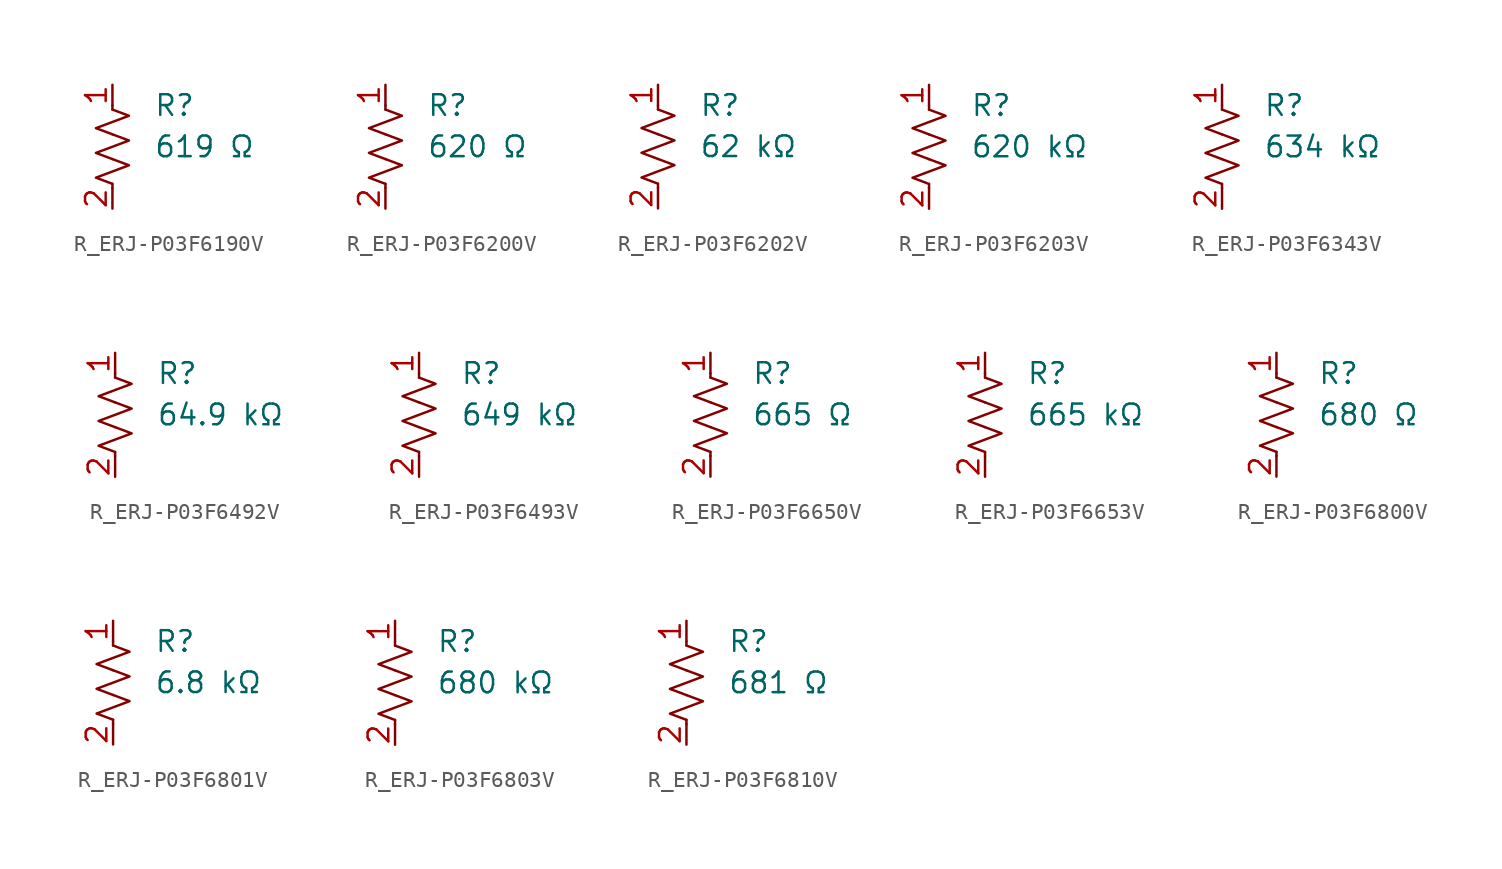
<source format=kicad_sym>
(kicad_symbol_lib
  (version 20231120)
  (generator "kicad_symbol_editor")
  (generator_version "8.0")
  (symbol "R_ERJ-P03F6190V"
    (pin_names
      (offset 0.254))
    (property "Value" "619 Ω"
      (at 2.54 0 0)
      (effects (font (size 1.27 1.27)) (justify left)))
    (property "Reference" "R"
      (at 2.54 2.54 0)
      (effects (font (size 1.27 1.27)) (justify left)))
    (symbol "R_ERJ-P03F6190V_0_1"
      (polyline (pts (xy 0 -2.286) (xy 0 -2.54)) (stroke (width 0) (type default)) (fill (type none)))
      (polyline (pts (xy 0 2.286) (xy 0 2.54)) (stroke (width 0) (type default)) (fill (type none)))
      (polyline (pts (xy 0 -0.762) (xy 1.016 -1.143) (xy 0 -1.524) (xy -1.016 -1.905) (xy 0 -2.286)) (stroke (width 0) (type default)) (fill (type none)))
      (polyline (pts (xy 0 0.762) (xy 1.016 0.381) (xy 0 0) (xy -1.016 -0.381) (xy 0 -0.762)) (stroke (width 0) (type default)) (fill (type none)))
      (polyline (pts (xy 0 2.286) (xy 1.016 1.905) (xy 0 1.524) (xy -1.016 1.143) (xy 0 0.762)) (stroke (width 0) (type default)) (fill (type none))))
    (symbol "R_ERJ-P03F6190V_1_1"
      (pin passive line (at 0 3.81 270) (length 1.27) (name "~" (effects (font (size 1.27 1.27)))) (number "1" (effects (font (size 1.27 1.27)))))
      (pin passive line (at 0 -3.81 90) (length 1.27) (name "~" (effects (font (size 1.27 1.27)))) (number "2" (effects (font (size 1.27 1.27)))))))
  (symbol "R_ERJ-P03F6200V"
    (pin_names
      (offset 0.254))
    (property "Value" "620 Ω"
      (at 2.54 0 0)
      (effects (font (size 1.27 1.27)) (justify left)))
    (property "Reference" "R"
      (at 2.54 2.54 0)
      (effects (font (size 1.27 1.27)) (justify left)))
    (symbol "R_ERJ-P03F6200V_0_1"
      (polyline (pts (xy 0 -2.286) (xy 0 -2.54)) (stroke (width 0) (type default)) (fill (type none)))
      (polyline (pts (xy 0 2.286) (xy 0 2.54)) (stroke (width 0) (type default)) (fill (type none)))
      (polyline (pts (xy 0 -0.762) (xy 1.016 -1.143) (xy 0 -1.524) (xy -1.016 -1.905) (xy 0 -2.286)) (stroke (width 0) (type default)) (fill (type none)))
      (polyline (pts (xy 0 0.762) (xy 1.016 0.381) (xy 0 0) (xy -1.016 -0.381) (xy 0 -0.762)) (stroke (width 0) (type default)) (fill (type none)))
      (polyline (pts (xy 0 2.286) (xy 1.016 1.905) (xy 0 1.524) (xy -1.016 1.143) (xy 0 0.762)) (stroke (width 0) (type default)) (fill (type none))))
    (symbol "R_ERJ-P03F6200V_1_1"
      (pin passive line (at 0 3.81 270) (length 1.27) (name "~" (effects (font (size 1.27 1.27)))) (number "1" (effects (font (size 1.27 1.27)))))
      (pin passive line (at 0 -3.81 90) (length 1.27) (name "~" (effects (font (size 1.27 1.27)))) (number "2" (effects (font (size 1.27 1.27)))))))
  (symbol "R_ERJ-P03F6202V"
    (pin_names
      (offset 0.254))
    (property "Value" "62 kΩ"
      (at 2.54 0 0)
      (effects (font (size 1.27 1.27)) (justify left)))
    (property "Reference" "R"
      (at 2.54 2.54 0)
      (effects (font (size 1.27 1.27)) (justify left)))
    (symbol "R_ERJ-P03F6202V_0_1"
      (polyline (pts (xy 0 -2.286) (xy 0 -2.54)) (stroke (width 0) (type default)) (fill (type none)))
      (polyline (pts (xy 0 2.286) (xy 0 2.54)) (stroke (width 0) (type default)) (fill (type none)))
      (polyline (pts (xy 0 -0.762) (xy 1.016 -1.143) (xy 0 -1.524) (xy -1.016 -1.905) (xy 0 -2.286)) (stroke (width 0) (type default)) (fill (type none)))
      (polyline (pts (xy 0 0.762) (xy 1.016 0.381) (xy 0 0) (xy -1.016 -0.381) (xy 0 -0.762)) (stroke (width 0) (type default)) (fill (type none)))
      (polyline (pts (xy 0 2.286) (xy 1.016 1.905) (xy 0 1.524) (xy -1.016 1.143) (xy 0 0.762)) (stroke (width 0) (type default)) (fill (type none))))
    (symbol "R_ERJ-P03F6202V_1_1"
      (pin passive line (at 0 3.81 270) (length 1.27) (name "~" (effects (font (size 1.27 1.27)))) (number "1" (effects (font (size 1.27 1.27)))))
      (pin passive line (at 0 -3.81 90) (length 1.27) (name "~" (effects (font (size 1.27 1.27)))) (number "2" (effects (font (size 1.27 1.27)))))))
  (symbol "R_ERJ-P03F6203V"
    (pin_names
      (offset 0.254))
    (property "Value" "620 kΩ"
      (at 2.54 0 0)
      (effects (font (size 1.27 1.27)) (justify left)))
    (property "Reference" "R"
      (at 2.54 2.54 0)
      (effects (font (size 1.27 1.27)) (justify left)))
    (symbol "R_ERJ-P03F6203V_0_1"
      (polyline (pts (xy 0 -2.286) (xy 0 -2.54)) (stroke (width 0) (type default)) (fill (type none)))
      (polyline (pts (xy 0 2.286) (xy 0 2.54)) (stroke (width 0) (type default)) (fill (type none)))
      (polyline (pts (xy 0 -0.762) (xy 1.016 -1.143) (xy 0 -1.524) (xy -1.016 -1.905) (xy 0 -2.286)) (stroke (width 0) (type default)) (fill (type none)))
      (polyline (pts (xy 0 0.762) (xy 1.016 0.381) (xy 0 0) (xy -1.016 -0.381) (xy 0 -0.762)) (stroke (width 0) (type default)) (fill (type none)))
      (polyline (pts (xy 0 2.286) (xy 1.016 1.905) (xy 0 1.524) (xy -1.016 1.143) (xy 0 0.762)) (stroke (width 0) (type default)) (fill (type none))))
    (symbol "R_ERJ-P03F6203V_1_1"
      (pin passive line (at 0 3.81 270) (length 1.27) (name "~" (effects (font (size 1.27 1.27)))) (number "1" (effects (font (size 1.27 1.27)))))
      (pin passive line (at 0 -3.81 90) (length 1.27) (name "~" (effects (font (size 1.27 1.27)))) (number "2" (effects (font (size 1.27 1.27)))))))
  (symbol "R_ERJ-P03F6343V"
    (pin_names
      (offset 0.254))
    (property "Value" "634 kΩ"
      (at 2.54 0 0)
      (effects (font (size 1.27 1.27)) (justify left)))
    (property "Reference" "R"
      (at 2.54 2.54 0)
      (effects (font (size 1.27 1.27)) (justify left)))
    (symbol "R_ERJ-P03F6343V_0_1"
      (polyline (pts (xy 0 -2.286) (xy 0 -2.54)) (stroke (width 0) (type default)) (fill (type none)))
      (polyline (pts (xy 0 2.286) (xy 0 2.54)) (stroke (width 0) (type default)) (fill (type none)))
      (polyline (pts (xy 0 -0.762) (xy 1.016 -1.143) (xy 0 -1.524) (xy -1.016 -1.905) (xy 0 -2.286)) (stroke (width 0) (type default)) (fill (type none)))
      (polyline (pts (xy 0 0.762) (xy 1.016 0.381) (xy 0 0) (xy -1.016 -0.381) (xy 0 -0.762)) (stroke (width 0) (type default)) (fill (type none)))
      (polyline (pts (xy 0 2.286) (xy 1.016 1.905) (xy 0 1.524) (xy -1.016 1.143) (xy 0 0.762)) (stroke (width 0) (type default)) (fill (type none))))
    (symbol "R_ERJ-P03F6343V_1_1"
      (pin passive line (at 0 3.81 270) (length 1.27) (name "~" (effects (font (size 1.27 1.27)))) (number "1" (effects (font (size 1.27 1.27)))))
      (pin passive line (at 0 -3.81 90) (length 1.27) (name "~" (effects (font (size 1.27 1.27)))) (number "2" (effects (font (size 1.27 1.27)))))))
  (symbol "R_ERJ-P03F6492V"
    (pin_names
      (offset 0.254))
    (property "Value" "64.9 kΩ"
      (at 2.54 0 0)
      (effects (font (size 1.27 1.27)) (justify left)))
    (property "Reference" "R"
      (at 2.54 2.54 0)
      (effects (font (size 1.27 1.27)) (justify left)))
    (symbol "R_ERJ-P03F6492V_0_1"
      (polyline (pts (xy 0 -2.286) (xy 0 -2.54)) (stroke (width 0) (type default)) (fill (type none)))
      (polyline (pts (xy 0 2.286) (xy 0 2.54)) (stroke (width 0) (type default)) (fill (type none)))
      (polyline (pts (xy 0 -0.762) (xy 1.016 -1.143) (xy 0 -1.524) (xy -1.016 -1.905) (xy 0 -2.286)) (stroke (width 0) (type default)) (fill (type none)))
      (polyline (pts (xy 0 0.762) (xy 1.016 0.381) (xy 0 0) (xy -1.016 -0.381) (xy 0 -0.762)) (stroke (width 0) (type default)) (fill (type none)))
      (polyline (pts (xy 0 2.286) (xy 1.016 1.905) (xy 0 1.524) (xy -1.016 1.143) (xy 0 0.762)) (stroke (width 0) (type default)) (fill (type none))))
    (symbol "R_ERJ-P03F6492V_1_1"
      (pin passive line (at 0 3.81 270) (length 1.27) (name "~" (effects (font (size 1.27 1.27)))) (number "1" (effects (font (size 1.27 1.27)))))
      (pin passive line (at 0 -3.81 90) (length 1.27) (name "~" (effects (font (size 1.27 1.27)))) (number "2" (effects (font (size 1.27 1.27)))))))
  (symbol "R_ERJ-P03F6493V"
    (pin_names
      (offset 0.254))
    (property "Value" "649 kΩ"
      (at 2.54 0 0)
      (effects (font (size 1.27 1.27)) (justify left)))
    (property "Reference" "R"
      (at 2.54 2.54 0)
      (effects (font (size 1.27 1.27)) (justify left)))
    (symbol "R_ERJ-P03F6493V_0_1"
      (polyline (pts (xy 0 -2.286) (xy 0 -2.54)) (stroke (width 0) (type default)) (fill (type none)))
      (polyline (pts (xy 0 2.286) (xy 0 2.54)) (stroke (width 0) (type default)) (fill (type none)))
      (polyline (pts (xy 0 -0.762) (xy 1.016 -1.143) (xy 0 -1.524) (xy -1.016 -1.905) (xy 0 -2.286)) (stroke (width 0) (type default)) (fill (type none)))
      (polyline (pts (xy 0 0.762) (xy 1.016 0.381) (xy 0 0) (xy -1.016 -0.381) (xy 0 -0.762)) (stroke (width 0) (type default)) (fill (type none)))
      (polyline (pts (xy 0 2.286) (xy 1.016 1.905) (xy 0 1.524) (xy -1.016 1.143) (xy 0 0.762)) (stroke (width 0) (type default)) (fill (type none))))
    (symbol "R_ERJ-P03F6493V_1_1"
      (pin passive line (at 0 3.81 270) (length 1.27) (name "~" (effects (font (size 1.27 1.27)))) (number "1" (effects (font (size 1.27 1.27)))))
      (pin passive line (at 0 -3.81 90) (length 1.27) (name "~" (effects (font (size 1.27 1.27)))) (number "2" (effects (font (size 1.27 1.27)))))))
  (symbol "R_ERJ-P03F6650V"
    (pin_names
      (offset 0.254))
    (property "Value" "665 Ω"
      (at 2.54 0 0)
      (effects (font (size 1.27 1.27)) (justify left)))
    (property "Reference" "R"
      (at 2.54 2.54 0)
      (effects (font (size 1.27 1.27)) (justify left)))
    (symbol "R_ERJ-P03F6650V_0_1"
      (polyline (pts (xy 0 -2.286) (xy 0 -2.54)) (stroke (width 0) (type default)) (fill (type none)))
      (polyline (pts (xy 0 2.286) (xy 0 2.54)) (stroke (width 0) (type default)) (fill (type none)))
      (polyline (pts (xy 0 -0.762) (xy 1.016 -1.143) (xy 0 -1.524) (xy -1.016 -1.905) (xy 0 -2.286)) (stroke (width 0) (type default)) (fill (type none)))
      (polyline (pts (xy 0 0.762) (xy 1.016 0.381) (xy 0 0) (xy -1.016 -0.381) (xy 0 -0.762)) (stroke (width 0) (type default)) (fill (type none)))
      (polyline (pts (xy 0 2.286) (xy 1.016 1.905) (xy 0 1.524) (xy -1.016 1.143) (xy 0 0.762)) (stroke (width 0) (type default)) (fill (type none))))
    (symbol "R_ERJ-P03F6650V_1_1"
      (pin passive line (at 0 3.81 270) (length 1.27) (name "~" (effects (font (size 1.27 1.27)))) (number "1" (effects (font (size 1.27 1.27)))))
      (pin passive line (at 0 -3.81 90) (length 1.27) (name "~" (effects (font (size 1.27 1.27)))) (number "2" (effects (font (size 1.27 1.27)))))))
  (symbol "R_ERJ-P03F6653V"
    (pin_names
      (offset 0.254))
    (property "Value" "665 kΩ"
      (at 2.54 0 0)
      (effects (font (size 1.27 1.27)) (justify left)))
    (property "Reference" "R"
      (at 2.54 2.54 0)
      (effects (font (size 1.27 1.27)) (justify left)))
    (symbol "R_ERJ-P03F6653V_0_1"
      (polyline (pts (xy 0 -2.286) (xy 0 -2.54)) (stroke (width 0) (type default)) (fill (type none)))
      (polyline (pts (xy 0 2.286) (xy 0 2.54)) (stroke (width 0) (type default)) (fill (type none)))
      (polyline (pts (xy 0 -0.762) (xy 1.016 -1.143) (xy 0 -1.524) (xy -1.016 -1.905) (xy 0 -2.286)) (stroke (width 0) (type default)) (fill (type none)))
      (polyline (pts (xy 0 0.762) (xy 1.016 0.381) (xy 0 0) (xy -1.016 -0.381) (xy 0 -0.762)) (stroke (width 0) (type default)) (fill (type none)))
      (polyline (pts (xy 0 2.286) (xy 1.016 1.905) (xy 0 1.524) (xy -1.016 1.143) (xy 0 0.762)) (stroke (width 0) (type default)) (fill (type none))))
    (symbol "R_ERJ-P03F6653V_1_1"
      (pin passive line (at 0 3.81 270) (length 1.27) (name "~" (effects (font (size 1.27 1.27)))) (number "1" (effects (font (size 1.27 1.27)))))
      (pin passive line (at 0 -3.81 90) (length 1.27) (name "~" (effects (font (size 1.27 1.27)))) (number "2" (effects (font (size 1.27 1.27)))))))
  (symbol "R_ERJ-P03F6800V"
    (pin_names
      (offset 0.254))
    (property "Value" "680 Ω"
      (at 2.54 0 0)
      (effects (font (size 1.27 1.27)) (justify left)))
    (property "Reference" "R"
      (at 2.54 2.54 0)
      (effects (font (size 1.27 1.27)) (justify left)))
    (symbol "R_ERJ-P03F6800V_0_1"
      (polyline (pts (xy 0 -2.286) (xy 0 -2.54)) (stroke (width 0) (type default)) (fill (type none)))
      (polyline (pts (xy 0 2.286) (xy 0 2.54)) (stroke (width 0) (type default)) (fill (type none)))
      (polyline (pts (xy 0 -0.762) (xy 1.016 -1.143) (xy 0 -1.524) (xy -1.016 -1.905) (xy 0 -2.286)) (stroke (width 0) (type default)) (fill (type none)))
      (polyline (pts (xy 0 0.762) (xy 1.016 0.381) (xy 0 0) (xy -1.016 -0.381) (xy 0 -0.762)) (stroke (width 0) (type default)) (fill (type none)))
      (polyline (pts (xy 0 2.286) (xy 1.016 1.905) (xy 0 1.524) (xy -1.016 1.143) (xy 0 0.762)) (stroke (width 0) (type default)) (fill (type none))))
    (symbol "R_ERJ-P03F6800V_1_1"
      (pin passive line (at 0 3.81 270) (length 1.27) (name "~" (effects (font (size 1.27 1.27)))) (number "1" (effects (font (size 1.27 1.27)))))
      (pin passive line (at 0 -3.81 90) (length 1.27) (name "~" (effects (font (size 1.27 1.27)))) (number "2" (effects (font (size 1.27 1.27)))))))
  (symbol "R_ERJ-P03F6801V"
    (pin_names
      (offset 0.254))
    (property "Value" "6.8 kΩ"
      (at 2.54 0 0)
      (effects (font (size 1.27 1.27)) (justify left)))
    (property "Reference" "R"
      (at 2.54 2.54 0)
      (effects (font (size 1.27 1.27)) (justify left)))
    (symbol "R_ERJ-P03F6801V_0_1"
      (polyline (pts (xy 0 -2.286) (xy 0 -2.54)) (stroke (width 0) (type default)) (fill (type none)))
      (polyline (pts (xy 0 2.286) (xy 0 2.54)) (stroke (width 0) (type default)) (fill (type none)))
      (polyline (pts (xy 0 -0.762) (xy 1.016 -1.143) (xy 0 -1.524) (xy -1.016 -1.905) (xy 0 -2.286)) (stroke (width 0) (type default)) (fill (type none)))
      (polyline (pts (xy 0 0.762) (xy 1.016 0.381) (xy 0 0) (xy -1.016 -0.381) (xy 0 -0.762)) (stroke (width 0) (type default)) (fill (type none)))
      (polyline (pts (xy 0 2.286) (xy 1.016 1.905) (xy 0 1.524) (xy -1.016 1.143) (xy 0 0.762)) (stroke (width 0) (type default)) (fill (type none))))
    (symbol "R_ERJ-P03F6801V_1_1"
      (pin passive line (at 0 3.81 270) (length 1.27) (name "~" (effects (font (size 1.27 1.27)))) (number "1" (effects (font (size 1.27 1.27)))))
      (pin passive line (at 0 -3.81 90) (length 1.27) (name "~" (effects (font (size 1.27 1.27)))) (number "2" (effects (font (size 1.27 1.27)))))))
  (symbol "R_ERJ-P03F6803V"
    (pin_names
      (offset 0.254))
    (property "Value" "680 kΩ"
      (at 2.54 0 0)
      (effects (font (size 1.27 1.27)) (justify left)))
    (property "Reference" "R"
      (at 2.54 2.54 0)
      (effects (font (size 1.27 1.27)) (justify left)))
    (symbol "R_ERJ-P03F6803V_0_1"
      (polyline (pts (xy 0 -2.286) (xy 0 -2.54)) (stroke (width 0) (type default)) (fill (type none)))
      (polyline (pts (xy 0 2.286) (xy 0 2.54)) (stroke (width 0) (type default)) (fill (type none)))
      (polyline (pts (xy 0 -0.762) (xy 1.016 -1.143) (xy 0 -1.524) (xy -1.016 -1.905) (xy 0 -2.286)) (stroke (width 0) (type default)) (fill (type none)))
      (polyline (pts (xy 0 0.762) (xy 1.016 0.381) (xy 0 0) (xy -1.016 -0.381) (xy 0 -0.762)) (stroke (width 0) (type default)) (fill (type none)))
      (polyline (pts (xy 0 2.286) (xy 1.016 1.905) (xy 0 1.524) (xy -1.016 1.143) (xy 0 0.762)) (stroke (width 0) (type default)) (fill (type none))))
    (symbol "R_ERJ-P03F6803V_1_1"
      (pin passive line (at 0 3.81 270) (length 1.27) (name "~" (effects (font (size 1.27 1.27)))) (number "1" (effects (font (size 1.27 1.27)))))
      (pin passive line (at 0 -3.81 90) (length 1.27) (name "~" (effects (font (size 1.27 1.27)))) (number "2" (effects (font (size 1.27 1.27)))))))
  (symbol "R_ERJ-P03F6810V"
    (pin_names
      (offset 0.254))
    (property "Value" "681 Ω"
      (at 2.54 0 0)
      (effects (font (size 1.27 1.27)) (justify left)))
    (property "Reference" "R"
      (at 2.54 2.54 0)
      (effects (font (size 1.27 1.27)) (justify left)))
    (symbol "R_ERJ-P03F6810V_0_1"
      (polyline (pts (xy 0 -2.286) (xy 0 -2.54)) (stroke (width 0) (type default)) (fill (type none)))
      (polyline (pts (xy 0 2.286) (xy 0 2.54)) (stroke (width 0) (type default)) (fill (type none)))
      (polyline (pts (xy 0 -0.762) (xy 1.016 -1.143) (xy 0 -1.524) (xy -1.016 -1.905) (xy 0 -2.286)) (stroke (width 0) (type default)) (fill (type none)))
      (polyline (pts (xy 0 0.762) (xy 1.016 0.381) (xy 0 0) (xy -1.016 -0.381) (xy 0 -0.762)) (stroke (width 0) (type default)) (fill (type none)))
      (polyline (pts (xy 0 2.286) (xy 1.016 1.905) (xy 0 1.524) (xy -1.016 1.143) (xy 0 0.762)) (stroke (width 0) (type default)) (fill (type none))))
    (symbol "R_ERJ-P03F6810V_1_1"
      (pin passive line (at 0 3.81 270) (length 1.27) (name "~" (effects (font (size 1.27 1.27)))) (number "1" (effects (font (size 1.27 1.27)))))
      (pin passive line (at 0 -3.81 90) (length 1.27) (name "~" (effects (font (size 1.27 1.27)))) (number "2" (effects (font (size 1.27 1.27))))))))
</source>
